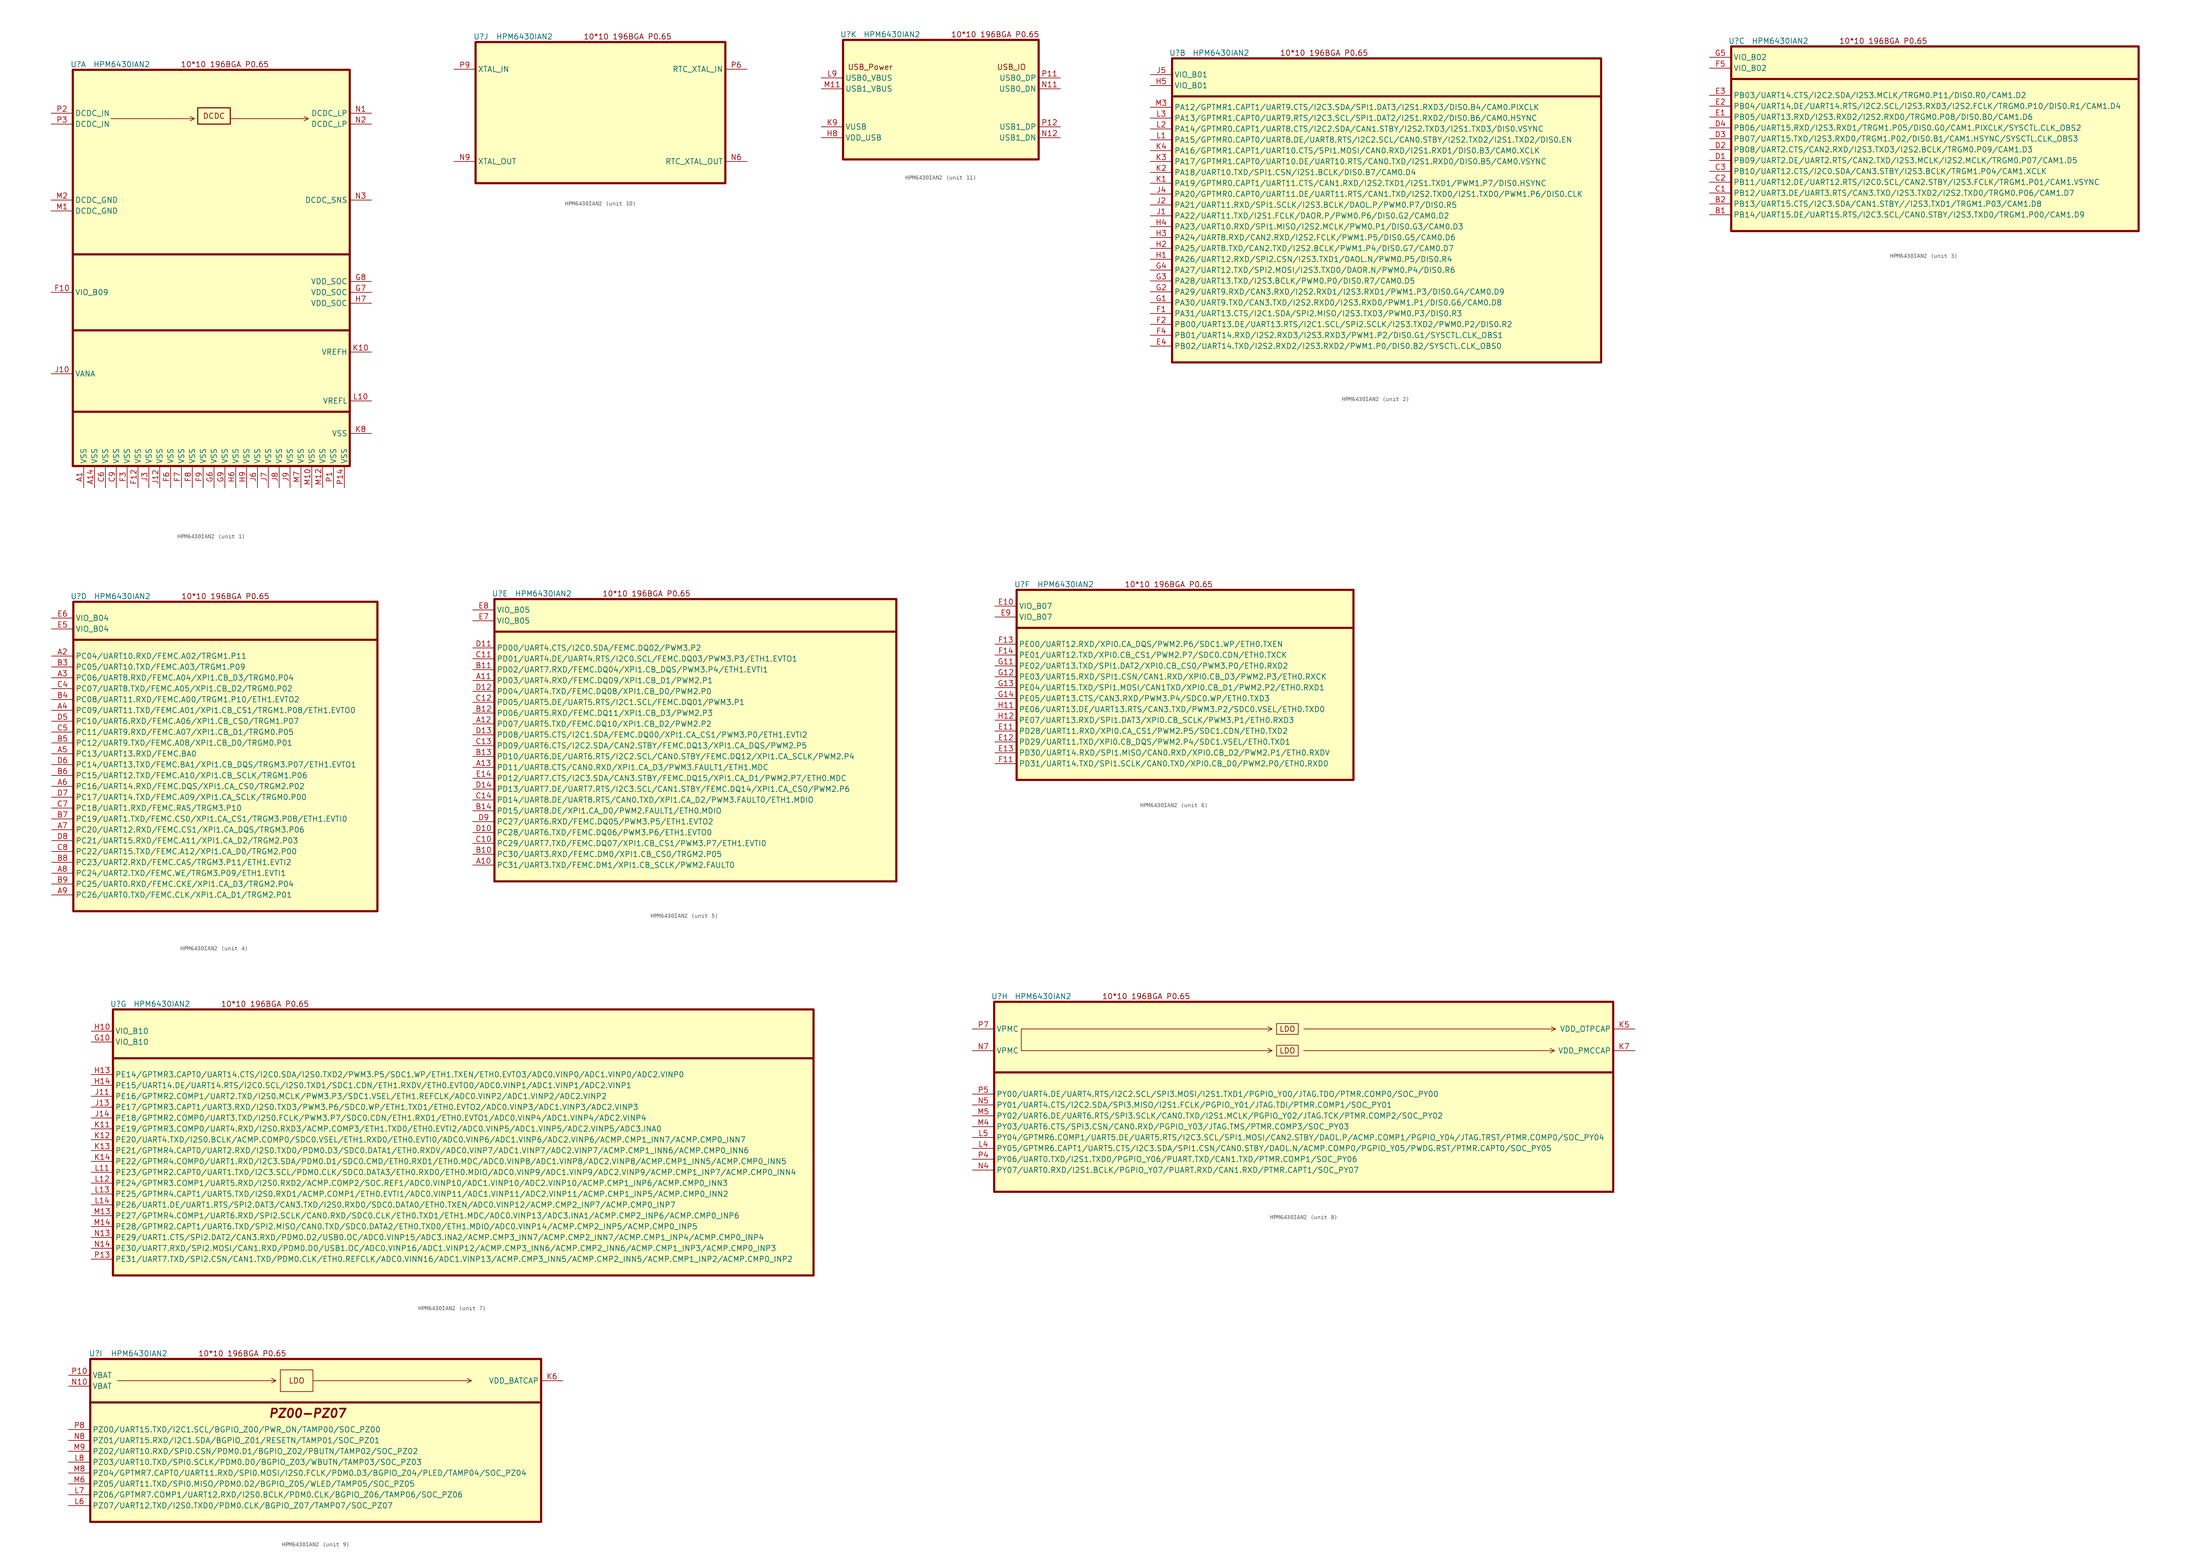
<source format=kicad_sym>
(kicad_symbol_lib
  (version 20220914)
  (generator kicad_symbol_editor)
  (symbol "HPM6430IAN2"
    (property "Reference" "U"
      (at 1.27 1.27 0)
      (effects (font (size 1.27 1.27))))
    (property "Value" "HPM6430IAN2"
      (at 11.43 1.27 0)
      (effects (font (size 1.27 1.27))))
    (property "ki_locked" ""
      (at 0 0 0)
      (effects (font (size 1.27 1.27))))
    (symbol "HPM6430IAN2_0_0"
      (text "10*10 196BGA P0.65" (at 35.56 1.27 0) (effects (font (size 1.27 1.27)))))
    (symbol "HPM6430IAN2_1_0"
      (polyline (pts (xy 8.89 -11.43) (xy 28.448 -11.43) (xy 27.432 -10.922) (xy 28.448 -11.43) (xy 27.432 -11.938)) (stroke (width 0) (type default)) (fill (type none)))
      (polyline (pts (xy 36.83 -11.43) (xy 55.118 -11.43) (xy 54.102 -10.922) (xy 55.118 -11.43) (xy 54.102 -11.938)) (stroke (width 0) (type default)) (fill (type none)))
      (text "DCDC" (at 33.02 -10.795 0) (effects (font (size 1.27 1.27)))))
    (symbol "HPM6430IAN2_1_1"
      (polyline (pts (xy 0 -80.01) (xy 64.77 -80.01)) (stroke (width 0.508) (type default)) (fill (type none)))
      (polyline (pts (xy 0 -60.96) (xy 64.77 -60.96)) (stroke (width 0.508) (type default)) (fill (type none)))
      (polyline (pts (xy 0 -43.18) (xy 64.77 -43.18)) (stroke (width 0.508) (type default)) (fill (type none)))
      (rectangle (start 0 0) (end 64.77 -92.71) (stroke (width 0.508) (type default)) (fill (type background)))
      (rectangle (start 29.21 -8.89) (end 36.83 -12.7) (stroke (width 0.254) (type default)) (fill (type background)))
      (pin power_out line (at 2.54 -97.79 90) (length 5.08) (name "VSS" (effects (font (size 1.27 1.27)))) (number "A1" (effects (font (size 1.27 1.27)))))
      (pin power_out line (at 5.08 -97.79 90) (length 5.08) (name "VSS" (effects (font (size 1.27 1.27)))) (number "A14" (effects (font (size 1.27 1.27)))))
      (pin power_out line (at 7.62 -97.79 90) (length 5.08) (name "VSS" (effects (font (size 1.27 1.27)))) (number "C6" (effects (font (size 1.27 1.27)))))
      (pin power_out line (at 10.16 -97.79 90) (length 5.08) (name "VSS" (effects (font (size 1.27 1.27)))) (number "C9" (effects (font (size 1.27 1.27)))))
      (pin power_in line (at -5.08 -52.07 0) (length 5.08) (name "VIO_B09" (effects (font (size 1.27 1.27)))) (number "F10" (effects (font (size 1.27 1.27)))))
      (pin power_out line (at 15.24 -97.79 90) (length 5.08) (name "VSS" (effects (font (size 1.27 1.27)))) (number "F12" (effects (font (size 1.27 1.27)))))
      (pin power_out line (at 12.7 -97.79 90) (length 5.08) (name "VSS" (effects (font (size 1.27 1.27)))) (number "F3" (effects (font (size 1.27 1.27)))))
      (pin power_out line (at 22.86 -97.79 90) (length 5.08) (name "VSS" (effects (font (size 1.27 1.27)))) (number "F6" (effects (font (size 1.27 1.27)))))
      (pin power_out line (at 25.4 -97.79 90) (length 5.08) (name "VSS" (effects (font (size 1.27 1.27)))) (number "F7" (effects (font (size 1.27 1.27)))))
      (pin power_out line (at 27.94 -97.79 90) (length 5.08) (name "VSS" (effects (font (size 1.27 1.27)))) (number "F8" (effects (font (size 1.27 1.27)))))
      (pin power_out line (at 30.48 -97.79 90) (length 5.08) (name "VSS" (effects (font (size 1.27 1.27)))) (number "F9" (effects (font (size 1.27 1.27)))))
      (pin power_out line (at 33.02 -97.79 90) (length 5.08) (name "VSS" (effects (font (size 1.27 1.27)))) (number "G6" (effects (font (size 1.27 1.27)))))
      (pin power_in line (at 69.85 -52.07 180) (length 5.08) (name "VDD_SOC" (effects (font (size 1.27 1.27)))) (number "G7" (effects (font (size 1.27 1.27)))))
      (pin power_in line (at 69.85 -49.53 180) (length 5.08) (name "VDD_SOC" (effects (font (size 1.27 1.27)))) (number "G8" (effects (font (size 1.27 1.27)))))
      (pin power_out line (at 35.56 -97.79 90) (length 5.08) (name "VSS" (effects (font (size 1.27 1.27)))) (number "G9" (effects (font (size 1.27 1.27)))))
      (pin power_out line (at 38.1 -97.79 90) (length 5.08) (name "VSS" (effects (font (size 1.27 1.27)))) (number "H6" (effects (font (size 1.27 1.27)))))
      (pin power_in line (at 69.85 -54.61 180) (length 5.08) (name "VDD_SOC" (effects (font (size 1.27 1.27)))) (number "H7" (effects (font (size 1.27 1.27)))))
      (pin power_out line (at 40.64 -97.79 90) (length 5.08) (name "VSS" (effects (font (size 1.27 1.27)))) (number "H9" (effects (font (size 1.27 1.27)))))
      (pin power_in line (at -5.08 -71.12 0) (length 5.08) (name "VANA" (effects (font (size 1.27 1.27)))) (number "J10" (effects (font (size 1.27 1.27)))))
      (pin power_out line (at 20.32 -97.79 90) (length 5.08) (name "VSS" (effects (font (size 1.27 1.27)))) (number "J12" (effects (font (size 1.27 1.27)))))
      (pin power_out line (at 17.78 -97.79 90) (length 5.08) (name "VSS" (effects (font (size 1.27 1.27)))) (number "J3" (effects (font (size 1.27 1.27)))))
      (pin power_out line (at 43.18 -97.79 90) (length 5.08) (name "VSS" (effects (font (size 1.27 1.27)))) (number "J6" (effects (font (size 1.27 1.27)))))
      (pin power_out line (at 45.72 -97.79 90) (length 5.08) (name "VSS" (effects (font (size 1.27 1.27)))) (number "J7" (effects (font (size 1.27 1.27)))))
      (pin power_out line (at 48.26 -97.79 90) (length 5.08) (name "VSS" (effects (font (size 1.27 1.27)))) (number "J8" (effects (font (size 1.27 1.27)))))
      (pin power_out line (at 50.8 -97.79 90) (length 5.08) (name "VSS" (effects (font (size 1.27 1.27)))) (number "J9" (effects (font (size 1.27 1.27)))))
      (pin power_in line (at 69.85 -66.04 180) (length 5.08) (name "VREFH" (effects (font (size 1.27 1.27)))) (number "K10" (effects (font (size 1.27 1.27)))))
      (pin power_out line (at 69.85 -85.09 180) (length 5.08) (name "VSS" (effects (font (size 1.27 1.27)))) (number "K8" (effects (font (size 1.27 1.27)))))
      (pin power_out line (at 69.85 -77.47 180) (length 5.08) (name "VREFL" (effects (font (size 1.27 1.27)))) (number "L10" (effects (font (size 1.27 1.27)))))
      (pin power_out line (at -5.08 -33.02 0) (length 5.08) (name "DCDC_GND" (effects (font (size 1.27 1.27)))) (number "M1" (effects (font (size 1.27 1.27)))))
      (pin power_out line (at 55.88 -97.79 90) (length 5.08) (name "VSS" (effects (font (size 1.27 1.27)))) (number "M10" (effects (font (size 1.27 1.27)))))
      (pin power_out line (at 58.42 -97.79 90) (length 5.08) (name "VSS" (effects (font (size 1.27 1.27)))) (number "M12" (effects (font (size 1.27 1.27)))))
      (pin power_out line (at -5.08 -30.48 0) (length 5.08) (name "DCDC_GND" (effects (font (size 1.27 1.27)))) (number "M2" (effects (font (size 1.27 1.27)))))
      (pin power_out line (at 53.34 -97.79 90) (length 5.08) (name "VSS" (effects (font (size 1.27 1.27)))) (number "M7" (effects (font (size 1.27 1.27)))))
      (pin power_out line (at 69.85 -10.16 180) (length 5.08) (name "DCDC_LP" (effects (font (size 1.27 1.27)))) (number "N1" (effects (font (size 1.27 1.27)))))
      (pin power_out line (at 69.85 -12.7 180) (length 5.08) (name "DCDC_LP" (effects (font (size 1.27 1.27)))) (number "N2" (effects (font (size 1.27 1.27)))))
      (pin input line (at 69.85 -30.48 180) (length 5.08) (name "DCDC_SNS" (effects (font (size 1.27 1.27)))) (number "N3" (effects (font (size 1.27 1.27)))))
      (pin power_out line (at 60.96 -97.79 90) (length 5.08) (name "VSS" (effects (font (size 1.27 1.27)))) (number "P1" (effects (font (size 1.27 1.27)))))
      (pin power_out line (at 63.5 -97.79 90) (length 5.08) (name "VSS" (effects (font (size 1.27 1.27)))) (number "P14" (effects (font (size 1.27 1.27)))))
      (pin power_in line (at -5.08 -10.16 0) (length 5.08) (name "DCDC_IN" (effects (font (size 1.27 1.27)))) (number "P2" (effects (font (size 1.27 1.27)))))
      (pin power_in line (at -5.08 -12.7 0) (length 5.08) (name "DCDC_IN" (effects (font (size 1.27 1.27)))) (number "P3" (effects (font (size 1.27 1.27))))))
    (symbol "HPM6430IAN2_2_0"
      (polyline (pts (xy 0 -8.89) (xy 100.33 -8.89)) (stroke (width 0.5) (type default)) (fill (type none)))
      (rectangle (start 0 0) (end 100.33 -71.12) (stroke (width 0.5) (type default)) (fill (type background))))
    (symbol "HPM6430IAN2_2_1"
      (pin bidirectional line (at -5.08 -67.31 0) (length 5.08) (name "PB02/UART14.TXD/I2S2.RXD2/I2S3.RXD2/PWM1.P0/DIS0.B2/SYSCTL.CLK_OBS0" (effects (font (size 1.27 1.27)))) (number "E4" (effects (font (size 1.27 1.27)))))
      (pin bidirectional line (at -5.08 -59.69 0) (length 5.08) (name "PA31/UART13.CTS/I2C1.SDA/SPI2.MISO/I2S3.TXD3/PWM0.P3/DIS0.R3" (effects (font (size 1.27 1.27)))) (number "F1" (effects (font (size 1.27 1.27)))))
      (pin bidirectional line (at -5.08 -62.23 0) (length 5.08) (name "PB00/UART13.DE/UART13.RTS/I2C1.SCL/SPI2.SCLK/I2S3.TXD2/PWM0.P2/DIS0.R2" (effects (font (size 1.27 1.27)))) (number "F2" (effects (font (size 1.27 1.27)))))
      (pin bidirectional line (at -5.08 -64.77 0) (length 5.08) (name "PB01/UART14.RXD/I2S2.RXD3/I2S3.RXD3/PWM1.P2/DIS0.G1/SYSCTL.CLK_OBS1" (effects (font (size 1.27 1.27)))) (number "F4" (effects (font (size 1.27 1.27)))))
      (pin bidirectional line (at -5.08 -57.15 0) (length 5.08) (name "PA30/UART9.TXD/CAN3.TXD/I2S2.RXD0/I2S3.RXD0/PWM1.P1/DIS0.G6/CAM0.D8" (effects (font (size 1.27 1.27)))) (number "G1" (effects (font (size 1.27 1.27)))))
      (pin bidirectional line (at -5.08 -54.61 0) (length 5.08) (name "PA29/UART9.RXD/CAN3.RXD/I2S2.RXD1/I2S3.RXD1/PWM1.P3/DIS0.G4/CAM0.D9" (effects (font (size 1.27 1.27)))) (number "G2" (effects (font (size 1.27 1.27)))))
      (pin bidirectional line (at -5.08 -52.07 0) (length 5.08) (name "PA28/UART13.TXD/I2S3.BCLK/PWM0.P0/DIS0.R7/CAM0.D5" (effects (font (size 1.27 1.27)))) (number "G3" (effects (font (size 1.27 1.27)))))
      (pin bidirectional line (at -5.08 -49.53 0) (length 5.08) (name "PA27/UART12.TXD/SPI2.MOSI/I2S3.TXD0/DAOR.N/PWM0.P4/DIS0.R6" (effects (font (size 1.27 1.27)))) (number "G4" (effects (font (size 1.27 1.27)))))
      (pin bidirectional line (at -5.08 -46.99 0) (length 5.08) (name "PA26/UART12.RXD/SPI2.CSN/I2S3.TXD1/DAOL.N/PWM0.P5/DIS0.R4" (effects (font (size 1.27 1.27)))) (number "H1" (effects (font (size 1.27 1.27)))))
      (pin bidirectional line (at -5.08 -44.45 0) (length 5.08) (name "PA25/UART8.TXD/CAN2.TXD/I2S2.BCLK/PWM1.P4/DIS0.G7/CAM0.D7" (effects (font (size 1.27 1.27)))) (number "H2" (effects (font (size 1.27 1.27)))))
      (pin bidirectional line (at -5.08 -41.91 0) (length 5.08) (name "PA24/UART8.RXD/CAN2.RXD/I2S2.FCLK/PWM1.P5/DIS0.G5/CAM0.D6" (effects (font (size 1.27 1.27)))) (number "H3" (effects (font (size 1.27 1.27)))))
      (pin bidirectional line (at -5.08 -39.37 0) (length 5.08) (name "PA23/UART10.RXD/SPI1.MISO/I2S2.MCLK/PWM0.P1/DIS0.G3/CAM0.D3" (effects (font (size 1.27 1.27)))) (number "H4" (effects (font (size 1.27 1.27)))))
      (pin power_in line (at -5.08 -6.35 0) (length 5.08) (name "VIO_B01" (effects (font (size 1.27 1.27)))) (number "H5" (effects (font (size 1.27 1.27)))))
      (pin bidirectional line (at -5.08 -36.83 0) (length 5.08) (name "PA22/UART11.TXD/I2S1.FCLK/DAOR.P/PWM0.P6/DIS0.G2/CAM0.D2" (effects (font (size 1.27 1.27)))) (number "J1" (effects (font (size 1.27 1.27)))))
      (pin bidirectional line (at -5.08 -34.29 0) (length 5.08) (name "PA21/UART11.RXD/SPI1.SCLK/I2S3.BCLK/DAOL.P/PWM0.P7/DIS0.R5" (effects (font (size 1.27 1.27)))) (number "J2" (effects (font (size 1.27 1.27)))))
      (pin bidirectional line (at -5.08 -31.75 0) (length 5.08) (name "PA20/GPTMR0.CAPT0/UART11.DE/UART11.RTS/CAN1.TXD/I2S2.TXD0/I2S1.TXD0/PWM1.P6/DIS0.CLK" (effects (font (size 1.27 1.27)))) (number "J4" (effects (font (size 1.27 1.27)))))
      (pin power_in line (at -5.08 -3.81 0) (length 5.08) (name "VIO_B01" (effects (font (size 1.27 1.27)))) (number "J5" (effects (font (size 1.27 1.27)))))
      (pin bidirectional line (at -5.08 -29.21 0) (length 5.08) (name "PA19/GPTMR0.CAPT1/UART11.CTS/CAN1.RXD/I2S2.TXD1/I2S1.TXD1/PWM1.P7/DIS0.HSYNC" (effects (font (size 1.27 1.27)))) (number "K1" (effects (font (size 1.27 1.27)))))
      (pin bidirectional line (at -5.08 -26.67 0) (length 5.08) (name "PA18/UART10.TXD/SPI1.CSN/I2S1.BCLK/DIS0.B7/CAM0.D4" (effects (font (size 1.27 1.27)))) (number "K2" (effects (font (size 1.27 1.27)))))
      (pin bidirectional line (at -5.08 -24.13 0) (length 5.08) (name "PA17/GPTMR1.CAPT0/UART10.DE/UART10.RTS/CAN0.TXD/I2S1.RXD0/DIS0.B5/CAM0.VSYNC" (effects (font (size 1.27 1.27)))) (number "K3" (effects (font (size 1.27 1.27)))))
      (pin bidirectional line (at -5.08 -21.59 0) (length 5.08) (name "PA16/GPTMR1.CAPT1/UART10.CTS/SPI1.MOSI/CAN0.RXD/I2S1.RXD1/DIS0.B3/CAM0.XCLK" (effects (font (size 1.27 1.27)))) (number "K4" (effects (font (size 1.27 1.27)))))
      (pin bidirectional line (at -5.08 -19.05 0) (length 5.08) (name "PA15/GPTMR0.CAPT0/UART8.DE/UART8.RTS/I2C2.SCL/CAN0.STBY/I2S2.TXD2/I2S1.TXD2/DIS0.EN" (effects (font (size 1.27 1.27)))) (number "L1" (effects (font (size 1.27 1.27)))))
      (pin bidirectional line (at -5.08 -16.51 0) (length 5.08) (name "PA14/GPTMR0.CAPT1/UART8.CTS/I2C2.SDA/CAN1.STBY/I2S2.TXD3/I2S1.TXD3/DIS0.VSYNC" (effects (font (size 1.27 1.27)))) (number "L2" (effects (font (size 1.27 1.27)))))
      (pin bidirectional line (at -5.08 -13.97 0) (length 5.08) (name "PA13/GPTMR1.CAPT0/UART9.RTS/I2C3.SCL/SPI1.DAT2/I2S1.RXD2/DIS0.B6/CAM0.HSYNC" (effects (font (size 1.27 1.27)))) (number "L3" (effects (font (size 1.27 1.27)))))
      (pin bidirectional line (at -5.08 -11.43 0) (length 5.08) (name "PA12/GPTMR1.CAPT1/UART9.CTS/I2C3.SDA/SPI1.DAT3/I2S1.RXD3/DIS0.B4/CAM0.PIXCLK" (effects (font (size 1.27 1.27)))) (number "M3" (effects (font (size 1.27 1.27))))))
    (symbol "HPM6430IAN2_3_0"
      (polyline (pts (xy 0 -7.62) (xy 95.25 -7.62)) (stroke (width 0.5) (type default)) (fill (type none)))
      (rectangle (start 0 0) (end 95.25 -43.18) (stroke (width 0.508) (type default)) (fill (type background))))
    (symbol "HPM6430IAN2_3_1"
      (pin bidirectional line (at -5.08 -39.37 0) (length 5.08) (name "PB14/UART15.DE/UART15.RTS/I2C3.SCL/CAN0.STBY/I2S3.TXD0/TRGM1.P00/CAM1.D9" (effects (font (size 1.27 1.27)))) (number "B1" (effects (font (size 1.27 1.27)))))
      (pin bidirectional line (at -5.08 -36.83 0) (length 5.08) (name "PB13/UART15.CTS/I2C3.SDA/CAN1.STBY//I2S3.TXD1/TRGM1.P03/CAM1.D8" (effects (font (size 1.27 1.27)))) (number "B2" (effects (font (size 1.27 1.27)))))
      (pin bidirectional line (at -5.08 -34.29 0) (length 5.08) (name "PB12/UART3.DE/UART3.RTS/CAN3.TXD/I2S3.TXD2/I2S2.TXD0/TRGM0.P06/CAM1.D7" (effects (font (size 1.27 1.27)))) (number "C1" (effects (font (size 1.27 1.27)))))
      (pin bidirectional line (at -5.08 -31.75 0) (length 5.08) (name "PB11/UART12.DE/UART12.RTS/I2C0.SCL/CAN2.STBY/I2S3.FCLK/TRGM1.P01/CAM1.VSYNC" (effects (font (size 1.27 1.27)))) (number "C2" (effects (font (size 1.27 1.27)))))
      (pin bidirectional line (at -5.08 -29.21 0) (length 5.08) (name "PB10/UART12.CTS/I2C0.SDA/CAN3.STBY/I2S3.BCLK/TRGM1.P04/CAM1.XCLK" (effects (font (size 1.27 1.27)))) (number "C3" (effects (font (size 1.27 1.27)))))
      (pin bidirectional line (at -5.08 -26.67 0) (length 5.08) (name "PB09/UART2.DE/UART2.RTS/CAN2.TXD/I2S3.MCLK/I2S2.MCLK/TRGM0.P07/CAM1.D5" (effects (font (size 1.27 1.27)))) (number "D1" (effects (font (size 1.27 1.27)))))
      (pin bidirectional line (at -5.08 -24.13 0) (length 5.08) (name "PB08/UART2.CTS/CAN2.RXD/I2S3.TXD3/I2S2.BCLK/TRGM0.P09/CAM1.D3" (effects (font (size 1.27 1.27)))) (number "D2" (effects (font (size 1.27 1.27)))))
      (pin bidirectional line (at -5.08 -21.59 0) (length 5.08) (name "PB07/UART15.TXD/I2S3.RXD0/TRGM1.P02/DIS0.B1/CAM1.HSYNC/SYSCTL.CLK_OBS3" (effects (font (size 1.27 1.27)))) (number "D3" (effects (font (size 1.27 1.27)))))
      (pin bidirectional line (at -5.08 -19.05 0) (length 5.08) (name "PB06/UART15.RXD/I2S3.RXD1/TRGM1.P05/DIS0.G0/CAM1.PIXCLK/SYSCTL.CLK_OBS2" (effects (font (size 1.27 1.27)))) (number "D4" (effects (font (size 1.27 1.27)))))
      (pin bidirectional line (at -5.08 -16.51 0) (length 5.08) (name "PB05/UART13.RXD/I2S3.RXD2/I2S2.RXD0/TRGM0.P08/DIS0.B0/CAM1.D6" (effects (font (size 1.27 1.27)))) (number "E1" (effects (font (size 1.27 1.27)))))
      (pin bidirectional line (at -5.08 -13.97 0) (length 5.08) (name "PB04/UART14.DE/UART14.RTS/I2C2.SCL/I2S3.RXD3/I2S2.FCLK/TRGM0.P10/DIS0.R1/CAM1.D4" (effects (font (size 1.27 1.27)))) (number "E2" (effects (font (size 1.27 1.27)))))
      (pin bidirectional line (at -5.08 -11.43 0) (length 5.08) (name "PB03/UART14.CTS/I2C2.SDA/I2S3.MCLK/TRGM0.P11/DIS0.R0/CAM1.D2" (effects (font (size 1.27 1.27)))) (number "E3" (effects (font (size 1.27 1.27)))))
      (pin power_in line (at -5.08 -5.08 0) (length 5.08) (name "VIO_B02" (effects (font (size 1.27 1.27)))) (number "F5" (effects (font (size 1.27 1.27)))))
      (pin power_in line (at -5.08 -2.54 0) (length 5.08) (name "VIO_B02" (effects (font (size 1.27 1.27)))) (number "G5" (effects (font (size 1.27 1.27))))))
    (symbol "HPM6430IAN2_4_0"
      (polyline (pts (xy 0 -8.89) (xy 71.12 -8.89)) (stroke (width 0.5) (type default)) (fill (type none)))
      (rectangle (start 0 0) (end 71.12 -72.39) (stroke (width 0.508) (type default)) (fill (type background))))
    (symbol "HPM6430IAN2_4_1"
      (pin bidirectional line (at -5.08 -12.7 0) (length 5.08) (name "PC04/UART10.RXD/FEMC.A02/TRGM1.P11" (effects (font (size 1.27 1.27)))) (number "A2" (effects (font (size 1.27 1.27)))))
      (pin bidirectional line (at -5.08 -17.78 0) (length 5.08) (name "PC06/UART8.RXD/FEMC.A04/XPI1.CB_D3/TRGM0.P04" (effects (font (size 1.27 1.27)))) (number "A3" (effects (font (size 1.27 1.27)))))
      (pin bidirectional line (at -5.08 -25.4 0) (length 5.08) (name "PC09/UART11.TXD/FEMC.A01/XPI1.CB_CS1/TRGM1.P08/ETH1.EVTO0" (effects (font (size 1.27 1.27)))) (number "A4" (effects (font (size 1.27 1.27)))))
      (pin bidirectional line (at -5.08 -35.56 0) (length 5.08) (name "PC13/UART13.RXD/FEMC.BA0" (effects (font (size 1.27 1.27)))) (number "A5" (effects (font (size 1.27 1.27)))))
      (pin bidirectional line (at -5.08 -43.18 0) (length 5.08) (name "PC16/UART14.RXD/FEMC.DQS/XPI1.CA_CS0/TRGM2.P02" (effects (font (size 1.27 1.27)))) (number "A6" (effects (font (size 1.27 1.27)))))
      (pin bidirectional line (at -5.08 -53.34 0) (length 5.08) (name "PC20/UART12.RXD/FEMC.CS1/XPI1.CA_DQS/TRGM3.P06" (effects (font (size 1.27 1.27)))) (number "A7" (effects (font (size 1.27 1.27)))))
      (pin bidirectional line (at -5.08 -63.5 0) (length 5.08) (name "PC24/UART2.TXD/FEMC.WE/TRGM3.P09/ETH1.EVTI1" (effects (font (size 1.27 1.27)))) (number "A8" (effects (font (size 1.27 1.27)))))
      (pin bidirectional line (at -5.08 -68.58 0) (length 5.08) (name "PC26/UART0.TXD/FEMC.CLK/XPI1.CA_D1/TRGM2.P01" (effects (font (size 1.27 1.27)))) (number "A9" (effects (font (size 1.27 1.27)))))
      (pin bidirectional line (at -5.08 -15.24 0) (length 5.08) (name "PC05/UART10.TXD/FEMC.A03/TRGM1.P09" (effects (font (size 1.27 1.27)))) (number "B3" (effects (font (size 1.27 1.27)))))
      (pin bidirectional line (at -5.08 -22.86 0) (length 5.08) (name "PC08/UART11.RXD/FEMC.A00/TRGM1.P10/ETH1.EVTO2" (effects (font (size 1.27 1.27)))) (number "B4" (effects (font (size 1.27 1.27)))))
      (pin bidirectional line (at -5.08 -33.02 0) (length 5.08) (name "PC12/UART9.TXD/FEMC.A08/XPI1.CB_D0/TRGM0.P01" (effects (font (size 1.27 1.27)))) (number "B5" (effects (font (size 1.27 1.27)))))
      (pin bidirectional line (at -5.08 -40.64 0) (length 5.08) (name "PC15/UART12.TXD/FEMC.A10/XPI1.CB_SCLK/TRGM1.P06" (effects (font (size 1.27 1.27)))) (number "B6" (effects (font (size 1.27 1.27)))))
      (pin bidirectional line (at -5.08 -50.8 0) (length 5.08) (name "PC19/UART1.TXD/FEMC.CS0/XPI1.CA_CS1/TRGM3.P08/ETH1.EVTI0" (effects (font (size 1.27 1.27)))) (number "B7" (effects (font (size 1.27 1.27)))))
      (pin bidirectional line (at -5.08 -60.96 0) (length 5.08) (name "PC23/UART2.RXD/FEMC.CAS/TRGM3.P11/ETH1.EVTI2" (effects (font (size 1.27 1.27)))) (number "B8" (effects (font (size 1.27 1.27)))))
      (pin bidirectional line (at -5.08 -66.04 0) (length 5.08) (name "PC25/UART0.RXD/FEMC.CKE/XPI1.CA_D3/TRGM2.P04" (effects (font (size 1.27 1.27)))) (number "B9" (effects (font (size 1.27 1.27)))))
      (pin bidirectional line (at -5.08 -20.32 0) (length 5.08) (name "PC07/UART8.TXD/FEMC.A05/XPI1.CB_D2/TRGM0.P02" (effects (font (size 1.27 1.27)))) (number "C4" (effects (font (size 1.27 1.27)))))
      (pin bidirectional line (at -5.08 -30.48 0) (length 5.08) (name "PC11/UART9.RXD/FEMC.A07/XPI1.CB_D1/TRGM0.P05" (effects (font (size 1.27 1.27)))) (number "C5" (effects (font (size 1.27 1.27)))))
      (pin bidirectional line (at -5.08 -48.26 0) (length 5.08) (name "PC18/UART1.RXD/FEMC.RAS/TRGM3.P10" (effects (font (size 1.27 1.27)))) (number "C7" (effects (font (size 1.27 1.27)))))
      (pin bidirectional line (at -5.08 -58.42 0) (length 5.08) (name "PC22/UART15.TXD/FEMC.A12/XPI1.CA_D0/TRGM2.P00" (effects (font (size 1.27 1.27)))) (number "C8" (effects (font (size 1.27 1.27)))))
      (pin bidirectional line (at -5.08 -27.94 0) (length 5.08) (name "PC10/UART6.RXD/FEMC.A06/XPI1.CB_CS0/TRGM1.P07" (effects (font (size 1.27 1.27)))) (number "D5" (effects (font (size 1.27 1.27)))))
      (pin bidirectional line (at -5.08 -38.1 0) (length 5.08) (name "PC14/UART13.TXD/FEMC.BA1/XPI1.CB_DQS/TRGM3.P07/ETH1.EVTO1" (effects (font (size 1.27 1.27)))) (number "D6" (effects (font (size 1.27 1.27)))))
      (pin bidirectional line (at -5.08 -45.72 0) (length 5.08) (name "PC17/UART14.TXD/FEMC.A09/XPI1.CA_SCLK/TRGM0.P00" (effects (font (size 1.27 1.27)))) (number "D7" (effects (font (size 1.27 1.27)))))
      (pin bidirectional line (at -5.08 -55.88 0) (length 5.08) (name "PC21/UART15.RXD/FEMC.A11/XPI1.CA_D2/TRGM2.P03" (effects (font (size 1.27 1.27)))) (number "D8" (effects (font (size 1.27 1.27)))))
      (pin power_in line (at -5.08 -6.35 0) (length 5.08) (name "VIO_B04" (effects (font (size 1.27 1.27)))) (number "E5" (effects (font (size 1.27 1.27)))))
      (pin power_in line (at -5.08 -3.81 0) (length 5.08) (name "VIO_B04" (effects (font (size 1.27 1.27)))) (number "E6" (effects (font (size 1.27 1.27))))))
    (symbol "HPM6430IAN2_5_0"
      (polyline (pts (xy 0 -7.62) (xy 93.98 -7.62)) (stroke (width 0.5) (type default)) (fill (type none)))
      (rectangle (start 0 0) (end 93.98 -66.04) (stroke (width 0.508) (type default)) (fill (type background))))
    (symbol "HPM6430IAN2_5_1"
      (pin bidirectional line (at -5.08 -62.23 0) (length 5.08) (name "PC31/UART3.TXD/FEMC.DM1/XPI1.CB_SCLK/PWM2.FAULT0" (effects (font (size 1.27 1.27)))) (number "A10" (effects (font (size 1.27 1.27)))))
      (pin bidirectional line (at -5.08 -19.05 0) (length 5.08) (name "PD03/UART4.RXD/FEMC.DQ09/XPI1.CB_D1/PWM2.P1" (effects (font (size 1.27 1.27)))) (number "A11" (effects (font (size 1.27 1.27)))))
      (pin bidirectional line (at -5.08 -29.21 0) (length 5.08) (name "PD07/UART5.TXD/FEMC.DQ10/XPI1.CB_D2/PWM2.P2" (effects (font (size 1.27 1.27)))) (number "A12" (effects (font (size 1.27 1.27)))))
      (pin bidirectional line (at -5.08 -39.37 0) (length 5.08) (name "PD11/UART8.CTS/CAN0.RXD/XPI1.CA_D3/PWM3.FAULT1/ETH1.MDC" (effects (font (size 1.27 1.27)))) (number "A13" (effects (font (size 1.27 1.27)))))
      (pin bidirectional line (at -5.08 -59.69 0) (length 5.08) (name "PC30/UART3.RXD/FEMC.DM0/XPI1.CB_CS0/TRGM2.P05" (effects (font (size 1.27 1.27)))) (number "B10" (effects (font (size 1.27 1.27)))))
      (pin bidirectional line (at -5.08 -16.51 0) (length 5.08) (name "PD02/UART7.RXD/FEMC.DQ04/XPI1.CB_DQS/PWM3.P4/ETH1.EVTI1" (effects (font (size 1.27 1.27)))) (number "B11" (effects (font (size 1.27 1.27)))))
      (pin bidirectional line (at -5.08 -26.67 0) (length 5.08) (name "PD06/UART5.RXD/FEMC.DQ11/XPI1.CB_D3/PWM2.P3" (effects (font (size 1.27 1.27)))) (number "B12" (effects (font (size 1.27 1.27)))))
      (pin bidirectional line (at -5.08 -36.83 0) (length 5.08) (name "PD10/UART6.DE/UART6.RTS/I2C2.SCL/CAN0.STBY/FEMC.DQ12/XPI1.CA_SCLK/PWM2.P4" (effects (font (size 1.27 1.27)))) (number "B13" (effects (font (size 1.27 1.27)))))
      (pin bidirectional line (at -5.08 -49.53 0) (length 5.08) (name "PD15/UART8.DE/XPI1.CA_D0/PWM2.FAULT1/ETH0.MDIO" (effects (font (size 1.27 1.27)))) (number "B14" (effects (font (size 1.27 1.27)))))
      (pin bidirectional line (at -5.08 -57.15 0) (length 5.08) (name "PC29/UART7.TXD/FEMC.DQ07/XPI1.CB_CS1/PWM3.P7/ETH1.EVTI0" (effects (font (size 1.27 1.27)))) (number "C10" (effects (font (size 1.27 1.27)))))
      (pin bidirectional line (at -5.08 -13.97 0) (length 5.08) (name "PD01/UART4.DE/UART4.RTS/I2C0.SCL/FEMC.DQ03/PWM3.P3/ETH1.EVTO1" (effects (font (size 1.27 1.27)))) (number "C11" (effects (font (size 1.27 1.27)))))
      (pin bidirectional line (at -5.08 -24.13 0) (length 5.08) (name "PD05/UART5.DE/UART5.RTS/I2C1.SCL/FEMC.DQ01/PWM3.P1" (effects (font (size 1.27 1.27)))) (number "C12" (effects (font (size 1.27 1.27)))))
      (pin bidirectional line (at -5.08 -34.29 0) (length 5.08) (name "PD09/UART6.CTS/I2C2.SDA/CAN2.STBY/FEMC.DQ13/XPI1.CA_DQS/PWM2.P5" (effects (font (size 1.27 1.27)))) (number "C13" (effects (font (size 1.27 1.27)))))
      (pin bidirectional line (at -5.08 -46.99 0) (length 5.08) (name "PD14/UART8.DE/UART8.RTS/CAN0.TXD/XPI1.CA_D2/PWM3.FAULT0/ETH1.MDIO" (effects (font (size 1.27 1.27)))) (number "C14" (effects (font (size 1.27 1.27)))))
      (pin bidirectional line (at -5.08 -54.61 0) (length 5.08) (name "PC28/UART6.TXD/FEMC.DQ06/PWM3.P6/ETH1.EVTO0" (effects (font (size 1.27 1.27)))) (number "D10" (effects (font (size 1.27 1.27)))))
      (pin bidirectional line (at -5.08 -11.43 0) (length 5.08) (name "PD00/UART4.CTS/I2C0.SDA/FEMC.DQ02/PWM3.P2" (effects (font (size 1.27 1.27)))) (number "D11" (effects (font (size 1.27 1.27)))))
      (pin bidirectional line (at -5.08 -21.59 0) (length 5.08) (name "PD04/UART4.TXD/FEMC.DQ08/XPI1.CB_D0/PWM2.P0" (effects (font (size 1.27 1.27)))) (number "D12" (effects (font (size 1.27 1.27)))))
      (pin bidirectional line (at -5.08 -31.75 0) (length 5.08) (name "PD08/UART5.CTS/I2C1.SDA/FEMC.DQ00/XPI1.CA_CS1/PWM3.P0/ETH1.EVTI2" (effects (font (size 1.27 1.27)))) (number "D13" (effects (font (size 1.27 1.27)))))
      (pin bidirectional line (at -5.08 -44.45 0) (length 5.08) (name "PD13/UART7.DE/UART7.RTS/I2C3.SCL/CAN1.STBY/FEMC.DQ14/XPI1.CA_CS0/PWM2.P6" (effects (font (size 1.27 1.27)))) (number "D14" (effects (font (size 1.27 1.27)))))
      (pin bidirectional line (at -5.08 -52.07 0) (length 5.08) (name "PC27/UART6.RXD/FEMC.DQ05/PWM3.P5/ETH1.EVTO2" (effects (font (size 1.27 1.27)))) (number "D9" (effects (font (size 1.27 1.27)))))
      (pin bidirectional line (at -5.08 -41.91 0) (length 5.08) (name "PD12/UART7.CTS/I2C3.SDA/CAN3.STBY/FEMC.DQ15/XPI1.CA_D1/PWM2.P7/ETH0.MDC" (effects (font (size 1.27 1.27)))) (number "E14" (effects (font (size 1.27 1.27)))))
      (pin power_in line (at -5.08 -5.08 0) (length 5.08) (name "VIO_B05" (effects (font (size 1.27 1.27)))) (number "E7" (effects (font (size 1.27 1.27)))))
      (pin power_in line (at -5.08 -2.54 0) (length 5.08) (name "VIO_B05" (effects (font (size 1.27 1.27)))) (number "E8" (effects (font (size 1.27 1.27))))))
    (symbol "HPM6430IAN2_6_0"
      (polyline (pts (xy 0 -8.89) (xy 78.74 -8.89)) (stroke (width 0.5) (type default)) (fill (type none)))
      (rectangle (start 0 0) (end 78.74 -44.45) (stroke (width 0.508) (type default)) (fill (type background))))
    (symbol "HPM6430IAN2_6_1"
      (pin power_in line (at -5.08 -3.81 0) (length 5.08) (name "VIO_B07" (effects (font (size 1.27 1.27)))) (number "E10" (effects (font (size 1.27 1.27)))))
      (pin bidirectional line (at -5.08 -33.02 0) (length 5.08) (name "PD28/UART11.RXD/XPI0.CA_CS1/PWM2.P5/SDC1.CDN/ETH0.TXD2" (effects (font (size 1.27 1.27)))) (number "E11" (effects (font (size 1.27 1.27)))))
      (pin bidirectional line (at -5.08 -35.56 0) (length 5.08) (name "PD29/UART11.TXD/XPI0.CB_DQS/PWM2.P4/SDC1.VSEL/ETH0.TXD1" (effects (font (size 1.27 1.27)))) (number "E12" (effects (font (size 1.27 1.27)))))
      (pin bidirectional line (at -5.08 -38.1 0) (length 5.08) (name "PD30/UART14.RXD/SPI1.MISO/CAN0.RXD/XPI0.CB_D2/PWM2.P1/ETH0.RXDV" (effects (font (size 1.27 1.27)))) (number "E13" (effects (font (size 1.27 1.27)))))
      (pin power_in line (at -5.08 -6.35 0) (length 5.08) (name "VIO_B07" (effects (font (size 1.27 1.27)))) (number "E9" (effects (font (size 1.27 1.27)))))
      (pin bidirectional line (at -5.08 -40.64 0) (length 5.08) (name "PD31/UART14.TXD/SPI1.SCLK/CAN0.TXD/XPI0.CB_D0/PWM2.P0/ETH0.RXD0" (effects (font (size 1.27 1.27)))) (number "F11" (effects (font (size 1.27 1.27)))))
      (pin bidirectional line (at -5.08 -12.7 0) (length 5.08) (name "PE00/UART12.RXD/XPI0.CA_DQS/PWM2.P6/SDC1.WP/ETH0.TXEN" (effects (font (size 1.27 1.27)))) (number "F13" (effects (font (size 1.27 1.27)))))
      (pin bidirectional line (at -5.08 -15.24 0) (length 5.08) (name "PE01/UART12.TXD/XPI0.CB_CS1/PWM2.P7/SDC0.CDN/ETH0.TXCK" (effects (font (size 1.27 1.27)))) (number "F14" (effects (font (size 1.27 1.27)))))
      (pin bidirectional line (at -5.08 -17.78 0) (length 5.08) (name "PE02/UART13.TXD/SPI1.DAT2/XPI0.CB_CS0/PWM3.P0/ETH0.RXD2" (effects (font (size 1.27 1.27)))) (number "G11" (effects (font (size 1.27 1.27)))))
      (pin bidirectional line (at -5.08 -20.32 0) (length 5.08) (name "PE03/UART15.RXD/SPI1.CSN/CAN1.RXD/XPI0.CB_D3/PWM2.P3/ETH0.RXCK" (effects (font (size 1.27 1.27)))) (number "G12" (effects (font (size 1.27 1.27)))))
      (pin bidirectional line (at -5.08 -22.86 0) (length 5.08) (name "PE04/UART15.TXD/SPI1.MOSI/CAN1TXD/XPI0.CB_D1/PWM2.P2/ETH0.RXD1" (effects (font (size 1.27 1.27)))) (number "G13" (effects (font (size 1.27 1.27)))))
      (pin bidirectional line (at -5.08 -25.4 0) (length 5.08) (name "PE05/UART13.CTS/CAN3.RXD/PWM3.P4/SDC0.WP/ETH0.TXD3" (effects (font (size 1.27 1.27)))) (number "G14" (effects (font (size 1.27 1.27)))))
      (pin bidirectional line (at -5.08 -27.94 0) (length 5.08) (name "PE06/UART13.DE/UART13.RTS/CAN3.TXD/PWM3.P2/SDC0.VSEL/ETH0.TXD0" (effects (font (size 1.27 1.27)))) (number "H11" (effects (font (size 1.27 1.27)))))
      (pin bidirectional line (at -5.08 -30.48 0) (length 5.08) (name "PE07/UART13.RXD/SPI1.DAT3/XPI0.CB_SCLK/PWM3.P1/ETH0.RXD3" (effects (font (size 1.27 1.27)))) (number "H12" (effects (font (size 1.27 1.27))))))
    (symbol "HPM6430IAN2_7_0"
      (polyline (pts (xy 0 -11.43) (xy 163.83 -11.43)) (stroke (width 0.5) (type default)) (fill (type none)))
      (rectangle (start 0 0) (end 163.83 -62.23) (stroke (width 0.508) (type default)) (fill (type background))))
    (symbol "HPM6430IAN2_7_1"
      (pin power_in line (at -5.08 -7.62 0) (length 5.08) (name "VIO_B10" (effects (font (size 1.27 1.27)))) (number "G10" (effects (font (size 1.27 1.27)))))
      (pin power_in line (at -5.08 -5.08 0) (length 5.08) (name "VIO_B10" (effects (font (size 1.27 1.27)))) (number "H10" (effects (font (size 1.27 1.27)))))
      (pin bidirectional line (at -5.08 -15.24 0) (length 5.08) (name "PE14/GPTMR3.CAPT0/UART14.CTS/I2C0.SDA/I2S0.TXD2/PWM3.P5/SDC1.WP/ETH1.TXEN/ETH0.EVTO3/ADC0.VINP0/ADC1.VINP0/ADC2.VINP0" (effects (font (size 1.27 1.27)))) (number "H13" (effects (font (size 1.27 1.27)))))
      (pin bidirectional line (at -5.08 -17.78 0) (length 5.08) (name "PE15/UART14.DE/UART14.RTS/I2C0.SCL/I2S0.TXD1/SDC1.CDN/ETH1.RXDV/ETH0.EVTO0/ADC0.VINP1/ADC1.VINP1/ADC2.VINP1" (effects (font (size 1.27 1.27)))) (number "H14" (effects (font (size 1.27 1.27)))))
      (pin bidirectional line (at -5.08 -20.32 0) (length 5.08) (name "PE16/GPTMR2.COMP1/UART2.TXD/I2S0.MCLK/PWM3.P3/SDC1.VSEL/ETH1.REFCLK/ADC0.VINP2/ADC1.VINP2/ADC2.VINP2" (effects (font (size 1.27 1.27)))) (number "J11" (effects (font (size 1.27 1.27)))))
      (pin bidirectional line (at -5.08 -22.86 0) (length 5.08) (name "PE17/GPTMR3.CAPT1/UART3.RXD/I2S0.TXD3/PWM3.P6/SDC0.WP/ETH1.TXD1/ETH0.EVTO2/ADC0.VINP3/ADC1.VINP3/ADC2.VINP3" (effects (font (size 1.27 1.27)))) (number "J13" (effects (font (size 1.27 1.27)))))
      (pin bidirectional line (at -5.08 -25.4 0) (length 5.08) (name "PE18/GPTMR2.COMP0/UART3.TXD/I2S0.FCLK/PWM3.P7/SDC0.CDN/ETH1.RXD1/ETH0.EVTO1/ADC0.VINP4/ADC1.VINP4/ADC2.VINP4" (effects (font (size 1.27 1.27)))) (number "J14" (effects (font (size 1.27 1.27)))))
      (pin bidirectional line (at -5.08 -27.94 0) (length 5.08) (name "PE19/GPTMR3.COMP0/UART4.RXD/I2S0.RXD3/ACMP.COMP3/ETH1.TXD0/ETH0.EVTI2/ADC0.VINP5/ADC1.VINP5/ADC2.VINP5/ADC3.INA0" (effects (font (size 1.27 1.27)))) (number "K11" (effects (font (size 1.27 1.27)))))
      (pin bidirectional line (at -5.08 -30.48 0) (length 5.08) (name "PE20/UART4.TXD/I2S0.BCLK/ACMP.COMP0/SDC0.VSEL/ETH1.RXD0/ETH0.EVTI0/ADC0.VINP6/ADC1.VINP6/ADC2.VINP6/ACMP.CMP1_INN7/ACMP.CMP0_INN7" (effects (font (size 1.27 1.27)))) (number "K12" (effects (font (size 1.27 1.27)))))
      (pin bidirectional line (at -5.08 -33.02 0) (length 5.08) (name "PE21/GPTMR4.CAPT0/UART2.RXD/I2S0.TXD0/PDM0.D3/SDC0.DATA1/ETH0.RXDV/ADC0.VINP7/ADC1.VINP7/ADC2.VINP7/ACMP.CMP1_INN6/ACMP.CMP0_INN6" (effects (font (size 1.27 1.27)))) (number "K13" (effects (font (size 1.27 1.27)))))
      (pin bidirectional line (at -5.08 -35.56 0) (length 5.08) (name "PE22/GPTMR4.COMP0/UART1.RXD/I2C3.SDA/PDM0.D1/SDC0.CMD/ETH0.RXD1/ETH0.MDC/ADC0.VINP8/ADC1.VINP8/ADC2.VINP8/ACMP.CMP1_INN5/ACMP.CMP0_INN5" (effects (font (size 1.27 1.27)))) (number "K14" (effects (font (size 1.27 1.27)))))
      (pin bidirectional line (at -5.08 -38.1 0) (length 5.08) (name "PE23/GPTMR2.CAPT0/UART1.TXD/I2C3.SCL/PDM0.CLK/SDC0.DATA3/ETH0.RXD0/ETH0.MDIO/ADC0.VINP9/ADC1.VINP9/ADC2.VINP9/ACMP.CMP1_INP7/ACMP.CMP0_INN4" (effects (font (size 1.27 1.27)))) (number "L11" (effects (font (size 1.27 1.27)))))
      (pin bidirectional line (at -5.08 -40.64 0) (length 5.08) (name "PE24/GPTMR3.COMP1/UART5.RXD/I2S0.RXD2/ACMP.COMP2/SOC.REF1/ADC0.VINP10/ADC1.VINP10/ADC2.VINP10/ACMP.CMP1_INP6/ACMP.CMP0_INN3" (effects (font (size 1.27 1.27)))) (number "L12" (effects (font (size 1.27 1.27)))))
      (pin bidirectional line (at -5.08 -43.18 0) (length 5.08) (name "PE25/GPTMR4.CAPT1/UART5.TXD/I2S0.RXD1/ACMP.COMP1/ETH0.EVTI1/ADC0.VINP11/ADC1.VINP11/ADC2.VINP11/ACMP.CMP1_INP5/ACMP.CMP0_INN2" (effects (font (size 1.27 1.27)))) (number "L13" (effects (font (size 1.27 1.27)))))
      (pin bidirectional line (at -5.08 -45.72 0) (length 5.08) (name "PE26/UART1.DE/UART1.RTS/SPI2.DAT3/CAN3.TXD/I2S0.RXD0/SDC0.DATA0/ETH0.TXEN/ADC0.VINP12/ACMP.CMP2_INP7/ACMP.CMP0_INP7" (effects (font (size 1.27 1.27)))) (number "L14" (effects (font (size 1.27 1.27)))))
      (pin bidirectional line (at -5.08 -48.26 0) (length 5.08) (name "PE27/GPTMR4.COMP1/UART6.RXD/SPI2.SCLK/CAN0.RXD/SDC0.CLK/ETH0.TXD1/ETH1.MDC/ADC0.VINP13/ADC3.INA1/ACMP.CMP2_INP6/ACMP.CMP0_INP6" (effects (font (size 1.27 1.27)))) (number "M13" (effects (font (size 1.27 1.27)))))
      (pin bidirectional line (at -5.08 -50.8 0) (length 5.08) (name "PE28/GPTMR2.CAPT1/UART6.TXD/SPI2.MISO/CAN0.TXD/SDC0.DATA2/ETH0.TXD0/ETH1.MDIO/ADC0.VINP14/ACMP.CMP2_INP5/ACMP.CMP0_INP5" (effects (font (size 1.27 1.27)))) (number "M14" (effects (font (size 1.27 1.27)))))
      (pin bidirectional line (at -5.08 -53.34 0) (length 5.08) (name "PE29/UART1.CTS/SPI2.DAT2/CAN3.RXD/PDM0.D2/USB0.OC/ADC0.VINP15/ADC3.INA2/ACMP.CMP3_INN7/ACMP.CMP2_INN7/ACMP.CMP1_INP4/ACMP.CMP0_INP4" (effects (font (size 1.27 1.27)))) (number "N13" (effects (font (size 1.27 1.27)))))
      (pin bidirectional line (at -5.08 -55.88 0) (length 5.08) (name "PE30/UART7.RXD/SPI2.MOSI/CAN1.RXD/PDM0.D0/USB1.OC/ADC0.VINP16/ADC1.VINP12/ACMP.CMP3_INN6/ACMP.CMP2_INN6/ACMP.CMP1_INP3/ACMP.CMP0_INP3" (effects (font (size 1.27 1.27)))) (number "N14" (effects (font (size 1.27 1.27)))))
      (pin bidirectional line (at -5.08 -58.42 0) (length 5.08) (name "PE31/UART7.TXD/SPI2.CSN/CAN1.TXD/PDM0.CLK/ETH0.REFCLK/ADC0.VINN16/ADC1.VINP13/ACMP.CMP3_INN5/ACMP.CMP2_INN5/ACMP.CMP1_INP2/ACMP.CMP0_INP2" (effects (font (size 1.27 1.27)))) (number "P13" (effects (font (size 1.27 1.27))))))
    (symbol "HPM6430IAN2_8_0"
      (polyline (pts (xy 6.35 -11.43) (xy 65.024 -11.43) (xy 64.008 -10.922) (xy 65.024 -11.43) (xy 64.008 -11.938)) (stroke (width 0) (type default)) (fill (type none)))
      (polyline (pts (xy 6.35 -6.35) (xy 65.024 -6.35) (xy 64.008 -5.842) (xy 65.024 -6.35) (xy 64.008 -6.858)) (stroke (width 0) (type default)) (fill (type none)))
      (polyline (pts (xy 72.39 -11.43) (xy 131.064 -11.43) (xy 130.048 -10.922) (xy 131.064 -11.43) (xy 130.048 -11.938)) (stroke (width 0) (type default)) (fill (type none)))
      (polyline (pts (xy 72.39 -6.35) (xy 131.318 -6.35) (xy 130.302 -5.842) (xy 131.318 -6.35) (xy 130.302 -6.858)) (stroke (width 0) (type default)) (fill (type none)))
      (rectangle (start 0 0) (end 144.78 -44.45) (stroke (width 0.508) (type default)) (fill (type background)))
      (rectangle (start 66.04 -10.16) (end 71.12 -12.7) (stroke (width 0) (type default)) (fill (type none)))
      (rectangle (start 66.04 -5.08) (end 71.12 -7.62) (stroke (width 0) (type default)) (fill (type none))))
    (symbol "HPM6430IAN2_8_1"
      (polyline (pts (xy 0 -16.51) (xy 144.78 -16.51)) (stroke (width 0.508) (type default)) (fill (type none)))
      (polyline (pts (xy 6.35 -11.43) (xy 6.35 -6.35)) (stroke (width 0) (type default)) (fill (type none)))
      (text "LDO" (at 68.58 -11.43 0) (effects (font (size 1.27 1.27))))
      (text "LDO" (at 68.58 -6.35 0) (effects (font (size 1.27 1.27))))
      (pin power_out line (at 149.86 -6.35 180) (length 5.08) (name "VDD_OTPCAP" (effects (font (size 1.27 1.27)))) (number "K5" (effects (font (size 1.27 1.27)))))
      (pin power_out line (at 149.86 -11.43 180) (length 5.08) (name "VDD_PMCCAP" (effects (font (size 1.27 1.27)))) (number "K7" (effects (font (size 1.27 1.27)))))
      (pin bidirectional line (at -5.08 -34.29 0) (length 5.08) (name "PY05/GPTMR6.CAPT1/UART5.CTS/I2C3.SDA/SPI1.CSN/CAN0.STBY/DAOL.N/ACMP.COMP0/PGPIO_Y05/PWDG.RST/PTMR.CAPT0/SOC_PY05" (effects (font (size 1.27 1.27)))) (number "L4" (effects (font (size 1.27 1.27)))))
      (pin bidirectional line (at -5.08 -31.75 0) (length 5.08) (name "PY04/GPTMR6.COMP1/UART5.DE/UART5.RTS/I2C3.SCL/SPI1.MOSI/CAN2.STBY/DAOL.P/ACMP.COMP1/PGPIO_Y04/JTAG.TRST/PTMR.COMP0/SOC_PY04" (effects (font (size 1.27 1.27)))) (number "L5" (effects (font (size 1.27 1.27)))))
      (pin bidirectional line (at -5.08 -29.21 0) (length 5.08) (name "PY03/UART6.CTS/SPI3.CSN/CAN0.RXD/PGPIO_Y03/JTAG.TMS/PTMR.COMP3/SOC_PY03" (effects (font (size 1.27 1.27)))) (number "M4" (effects (font (size 1.27 1.27)))))
      (pin bidirectional line (at -5.08 -26.67 0) (length 5.08) (name "PY02/UART6.DE/UART6.RTS/SPI3.SCLK/CAN0.TXD/I2S1.MCLK/PGPIO_Y02/JTAG.TCK/PTMR.COMP2/SOC_PY02" (effects (font (size 1.27 1.27)))) (number "M5" (effects (font (size 1.27 1.27)))))
      (pin bidirectional line (at -5.08 -39.37 0) (length 5.08) (name "PY07/UART0.RXD/I2S1.BCLK/PGPIO_Y07/PUART.RXD/CAN1.RXD/PTMR.CAPT1/SOC_PY07" (effects (font (size 1.27 1.27)))) (number "N4" (effects (font (size 1.27 1.27)))))
      (pin bidirectional line (at -5.08 -24.13 0) (length 5.08) (name "PY01/UART4.CTS/I2C2.SDA/SPI3.MISO/I2S1.FCLK/PGPIO_Y01/JTAG.TDI/PTMR.COMP1/SOC_PY01" (effects (font (size 1.27 1.27)))) (number "N5" (effects (font (size 1.27 1.27)))))
      (pin power_in line (at -5.08 -11.43 0) (length 5.08) (name "VPMC" (effects (font (size 1.27 1.27)))) (number "N7" (effects (font (size 1.27 1.27)))))
      (pin bidirectional line (at -5.08 -36.83 0) (length 5.08) (name "PY06/UART0.TXD/I2S1.TXD0/PGPIO_Y06/PUART.TXD/CAN1.TXD/PTMR.COMP1/SOC_PY06" (effects (font (size 1.27 1.27)))) (number "P4" (effects (font (size 1.27 1.27)))))
      (pin bidirectional line (at -5.08 -21.59 0) (length 5.08) (name "PY00/UART4.DE/UART4.RTS/I2C2.SCL/SPI3.MOSI/I2S1.TXD1/PGPIO_Y00/JTAG.TDO/PTMR.COMP0/SOC_PY00" (effects (font (size 1.27 1.27)))) (number "P5" (effects (font (size 1.27 1.27)))))
      (pin power_in line (at -5.08 -6.35 0) (length 5.08) (name "VPMC" (effects (font (size 1.27 1.27)))) (number "P7" (effects (font (size 1.27 1.27))))))
    (symbol "HPM6430IAN2_9_0"
      (polyline (pts (xy 6.35 -5.08) (xy 43.434 -5.08) (xy 42.418 -4.572) (xy 43.434 -5.08) (xy 42.418 -5.588)) (stroke (width 0) (type default)) (fill (type none)))
      (polyline (pts (xy 52.07 -5.08) (xy 89.154 -5.08) (xy 88.138 -4.572) (xy 89.154 -5.08) (xy 88.138 -5.588)) (stroke (width 0) (type default)) (fill (type none)))
      (rectangle (start 0 0) (end 105.41 -38.1) (stroke (width 0.508) (type default)) (fill (type background)))
      (rectangle (start 44.45 -2.54) (end 52.07 -7.62) (stroke (width 0) (type default)) (fill (type none))))
    (symbol "HPM6430IAN2_9_1"
      (polyline (pts (xy 0 -10.16) (xy 105.41 -10.16)) (stroke (width 0.508) (type default)) (fill (type none)))
      (text "LDO" (at 48.26 -5.08 0) (effects (font (size 1.27 1.27))))
      (text "PZ00-PZ07" (at 50.8 -12.7 0) (effects (font (face "KiCad Font") (size 2 2) bold italic)))
      (pin power_out line (at 110.49 -5.08 180) (length 5.08) (name "VDD_BATCAP" (effects (font (size 1.27 1.27)))) (number "K6" (effects (font (size 1.27 1.27)))))
      (pin bidirectional line (at -5.08 -34.29 0) (length 5.08) (name "PZ07/UART12.TXD/I2S0.TXD0/PDM0.CLK/BGPIO_Z07/TAMP07/SOC_PZ07" (effects (font (size 1.27 1.27)))) (number "L6" (effects (font (size 1.27 1.27)))))
      (pin bidirectional line (at -5.08 -31.75 0) (length 5.08) (name "PZ06/GPTMR7.COMP1/UART12.RXD/I2S0.BCLK/PDM0.CLK/BGPIO_Z06/TAMP06/SOC_PZ06" (effects (font (size 1.27 1.27)))) (number "L7" (effects (font (size 1.27 1.27)))))
      (pin bidirectional line (at -5.08 -24.13 0) (length 5.08) (name "PZ03/UART10.TXD/SPI0.SCLK/PDM0.D0/BGPIO_Z03/WBUTN/TAMP03/SOC_PZ03" (effects (font (size 1.27 1.27)))) (number "L8" (effects (font (size 1.27 1.27)))))
      (pin bidirectional line (at -5.08 -29.21 0) (length 5.08) (name "PZ05/UART11.TXD/SPI0.MISO/PDM0.D2/BGPIO_Z05/WLED/TAMP05/SOC_PZ05" (effects (font (size 1.27 1.27)))) (number "M6" (effects (font (size 1.27 1.27)))))
      (pin bidirectional line (at -5.08 -26.67 0) (length 5.08) (name "PZ04/GPTMR7.CAPT0/UART11.RXD/SPI0.MOSI/I2S0.FCLK/PDM0.D3/BGPIO_Z04/PLED/TAMP04/SOC_PZ04" (effects (font (size 1.27 1.27)))) (number "M8" (effects (font (size 1.27 1.27)))))
      (pin bidirectional line (at -5.08 -21.59 0) (length 5.08) (name "PZ02/UART10.RXD/SPI0.CSN/PDM0.D1/BGPIO_Z02/PBUTN/TAMP02/SOC_PZ02" (effects (font (size 1.27 1.27)))) (number "M9" (effects (font (size 1.27 1.27)))))
      (pin power_in line (at -5.08 -6.35 0) (length 5.08) (name "VBAT" (effects (font (size 1.27 1.27)))) (number "N10" (effects (font (size 1.27 1.27)))))
      (pin bidirectional line (at -5.08 -19.05 0) (length 5.08) (name "PZ01/UART15.RXD/I2C1.SDA/BGPIO_Z01/RESETN/TAMP01/SOC_PZ01" (effects (font (size 1.27 1.27)))) (number "N8" (effects (font (size 1.27 1.27)))))
      (pin power_in line (at -5.08 -3.81 0) (length 5.08) (name "VBAT" (effects (font (size 1.27 1.27)))) (number "P10" (effects (font (size 1.27 1.27)))))
      (pin bidirectional line (at -5.08 -16.51 0) (length 5.08) (name "PZ00/UART15.TXD/I2C1.SCL/BGPIO_Z00/PWR_ON/TAMP00/SOC_PZ00" (effects (font (size 1.27 1.27)))) (number "P8" (effects (font (size 1.27 1.27))))))
    (symbol "HPM6430IAN2_10_0"
      (rectangle (start 0 0) (end 58.42 -33.02) (stroke (width 0.508) (type default)) (fill (type background))))
    (symbol "HPM6430IAN2_10_1"
      (pin output line (at 63.5 -27.94 180) (length 5.08) (name "RTC_XTAL_OUT" (effects (font (size 1.27 1.27)))) (number "N6" (effects (font (size 1.27 1.27)))))
      (pin output line (at -5.08 -27.94 0) (length 5.08) (name "XTAL_OUT" (effects (font (size 1.27 1.27)))) (number "N9" (effects (font (size 1.27 1.27)))))
      (pin input line (at 63.5 -6.35 180) (length 5.08) (name "RTC_XTAL_IN" (effects (font (size 1.27 1.27)))) (number "P6" (effects (font (size 1.27 1.27)))))
      (pin input line (at -5.08 -6.35 0) (length 5.08) (name "XTAL_IN" (effects (font (size 1.27 1.27)))) (number "P9" (effects (font (size 1.27 1.27))))))
    (symbol "HPM6430IAN2_11_0"
      (rectangle (start 0 0) (end 45.72 -27.94) (stroke (width 0.508) (type default)) (fill (type background))))
    (symbol "HPM6430IAN2_11_1"
      (text "USB_IO" (at 39.37 -6.35 0) (effects (font (size 1.27 1.27))))
      (text "USB_Power" (at 6.35 -6.35 0) (effects (font (size 1.27 1.27))))
      (pin power_in line (at -5.08 -22.86 0) (length 5.08) (name "VDD_USB" (effects (font (size 1.27 1.27)))) (number "H8" (effects (font (size 1.27 1.27)))))
      (pin power_in line (at -5.08 -20.32 0) (length 5.08) (name "VUSB" (effects (font (size 1.27 1.27)))) (number "K9" (effects (font (size 1.27 1.27)))))
      (pin power_in line (at -5.08 -8.89 0) (length 5.08) (name "USB0_VBUS" (effects (font (size 1.27 1.27)))) (number "L9" (effects (font (size 1.27 1.27)))))
      (pin power_in line (at -5.08 -11.43 0) (length 5.08) (name "USB1_VBUS" (effects (font (size 1.27 1.27)))) (number "M11" (effects (font (size 1.27 1.27)))))
      (pin bidirectional line (at 50.8 -11.43 180) (length 5.08) (name "USB0_DN" (effects (font (size 1.27 1.27)))) (number "N11" (effects (font (size 1.27 1.27)))))
      (pin bidirectional line (at 50.8 -22.86 180) (length 5.08) (name "USB1_DN" (effects (font (size 1.27 1.27)))) (number "N12" (effects (font (size 1.27 1.27)))))
      (pin bidirectional line (at 50.8 -8.89 180) (length 5.08) (name "USB0_DP" (effects (font (size 1.27 1.27)))) (number "P11" (effects (font (size 1.27 1.27)))))
      (pin bidirectional line (at 50.8 -20.32 180) (length 5.08) (name "USB1_DP" (effects (font (size 1.27 1.27)))) (number "P12" (effects (font (size 1.27 1.27))))))))
</source>
